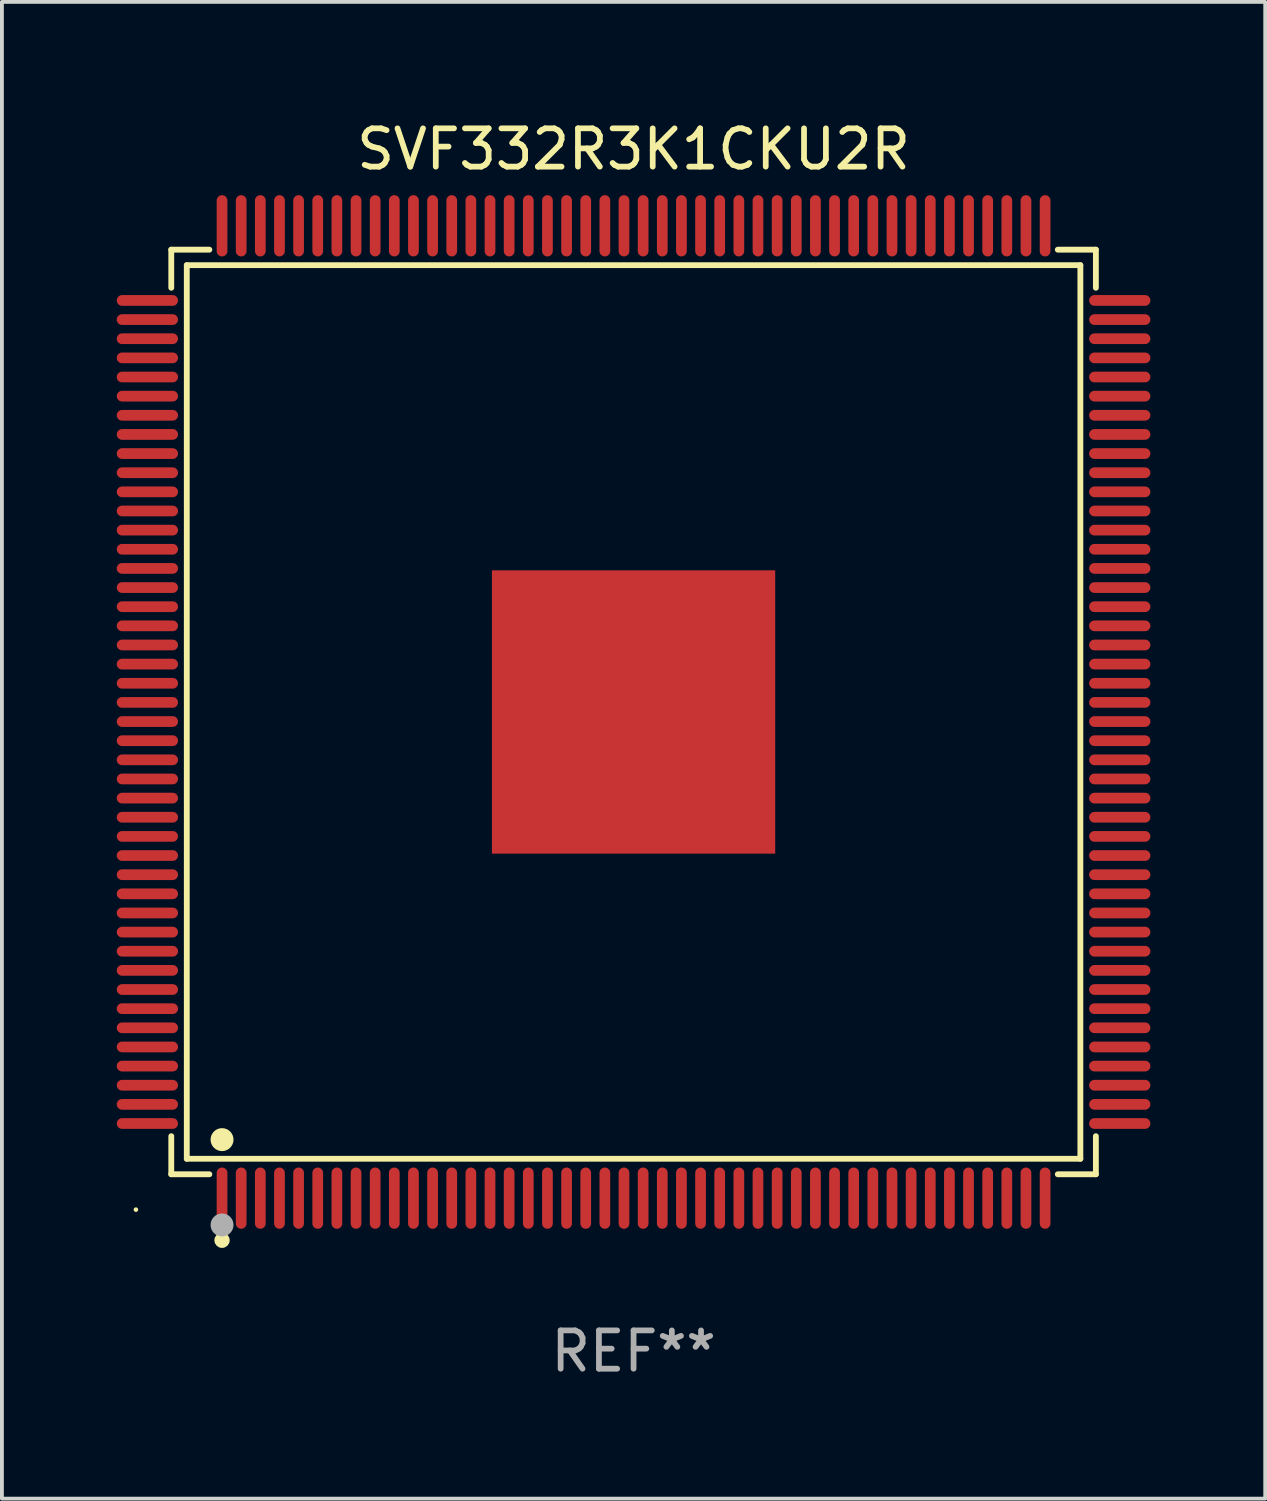
<source format=kicad_pcb>
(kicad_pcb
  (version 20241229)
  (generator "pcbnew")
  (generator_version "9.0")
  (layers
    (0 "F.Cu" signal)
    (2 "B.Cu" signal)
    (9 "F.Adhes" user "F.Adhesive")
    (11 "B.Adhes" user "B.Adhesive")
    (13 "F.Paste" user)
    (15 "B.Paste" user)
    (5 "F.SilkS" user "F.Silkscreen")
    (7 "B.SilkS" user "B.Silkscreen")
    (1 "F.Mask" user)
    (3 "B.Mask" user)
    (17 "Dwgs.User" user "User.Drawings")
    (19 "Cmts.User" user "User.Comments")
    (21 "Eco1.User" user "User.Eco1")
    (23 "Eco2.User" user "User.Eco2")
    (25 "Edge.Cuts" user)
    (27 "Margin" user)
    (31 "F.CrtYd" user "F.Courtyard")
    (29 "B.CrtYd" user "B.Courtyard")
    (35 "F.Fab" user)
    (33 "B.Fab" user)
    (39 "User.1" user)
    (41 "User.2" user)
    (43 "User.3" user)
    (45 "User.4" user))
  (footprint "SVF332R3K1CKU2R"
    (layer "F.Cu")
    (at 13.5 15.548)
    (property "Reference" "SVF332R3K1CKU2R" (at 0 -14.7 0) (layer "F.SilkS") (effects (font (size 1 1) (thickness 0.15))))
    (attr through_hole)
    (fp_line (start -12.076 -12.076) (end -11.081 -12.076) (stroke (width 0.152) (type solid)) (layer "F.SilkS"))
    (fp_line (start -12.076 -11.081) (end -12.076 -12.076) (stroke (width 0.152) (type solid)) (layer "F.SilkS"))
    (fp_line (start -12.076 11.081) (end -12.076 12.076) (stroke (width 0.152) (type solid)) (layer "F.SilkS"))
    (fp_line (start -12.076 12.076) (end -11.081 12.076) (stroke (width 0.152) (type solid)) (layer "F.SilkS"))
    (fp_line (start -11.671 -11.671) (end 11.671 -11.671) (stroke (width 0.152) (type solid)) (layer "F.SilkS"))
    (fp_line (start -11.671 11.671) (end -11.671 -11.671) (stroke (width 0.152) (type solid)) (layer "F.SilkS"))
    (fp_line (start 11.671 -11.671) (end 11.671 11.671) (stroke (width 0.152) (type solid)) (layer "F.SilkS"))
    (fp_line (start 11.671 11.671) (end -11.671 11.671) (stroke (width 0.152) (type solid)) (layer "F.SilkS"))
    (fp_line (start 12.076 -12.076) (end 11.081 -12.076) (stroke (width 0.152) (type solid)) (layer "F.SilkS"))
    (fp_line (start 12.076 -11.081) (end 12.076 -12.076) (stroke (width 0.152) (type solid)) (layer "F.SilkS"))
    (fp_line (start 12.076 11.081) (end 12.076 12.076) (stroke (width 0.152) (type solid)) (layer "F.SilkS"))
    (fp_line (start 12.076 12.076) (end 11.081 12.076) (stroke (width 0.152) (type solid)) (layer "F.SilkS"))
    (fp_circle (center -13 13) (end -12.97 13) (stroke (width 0.06) (type solid)) (fill no) (layer "F.SilkS"))
    (fp_circle (center -10.75 11.171) (end -10.6 11.171) (stroke (width 0.3) (type solid)) (fill no) (layer "F.SilkS"))
    (fp_circle (center -10.75 13.8) (end -10.65 13.8) (stroke (width 0.2) (type solid)) (fill no) (layer "F.SilkS"))
    (fp_circle (center -10.75 13.4) (end -10.6 13.4) (stroke (width 0.3) (type solid)) (fill no) (layer "F.Fab"))
    (fp_text user "REF**" (at 0 16.7 0) (layer "F.Fab") (effects (font (size 1 1) (thickness 0.15))))
    (pad "1" smd oval (at -10.75 12.7) (size 0.28 1.6) (layers "F.Cu" "F.Mask" "F.Paste"))
    (pad "2" smd oval (at -10.25 12.7) (size 0.28 1.6) (layers "F.Cu" "F.Mask" "F.Paste"))
    (pad "3" smd oval (at -9.75 12.7) (size 0.28 1.6) (layers "F.Cu" "F.Mask" "F.Paste"))
    (pad "4" smd oval (at -9.25 12.7) (size 0.28 1.6) (layers "F.Cu" "F.Mask" "F.Paste"))
    (pad "5" smd oval (at -8.75 12.7) (size 0.28 1.6) (layers "F.Cu" "F.Mask" "F.Paste"))
    (pad "6" smd oval (at -8.25 12.7) (size 0.28 1.6) (layers "F.Cu" "F.Mask" "F.Paste"))
    (pad "7" smd oval (at -7.75 12.7) (size 0.28 1.6) (layers "F.Cu" "F.Mask" "F.Paste"))
    (pad "8" smd oval (at -7.25 12.7) (size 0.28 1.6) (layers "F.Cu" "F.Mask" "F.Paste"))
    (pad "9" smd oval (at -6.75 12.7) (size 0.28 1.6) (layers "F.Cu" "F.Mask" "F.Paste"))
    (pad "10" smd oval (at -6.25 12.7) (size 0.28 1.6) (layers "F.Cu" "F.Mask" "F.Paste"))
    (pad "11" smd oval (at -5.75 12.7) (size 0.28 1.6) (layers "F.Cu" "F.Mask" "F.Paste"))
    (pad "12" smd oval (at -5.25 12.7) (size 0.28 1.6) (layers "F.Cu" "F.Mask" "F.Paste"))
    (pad "13" smd oval (at -4.75 12.7) (size 0.28 1.6) (layers "F.Cu" "F.Mask" "F.Paste"))
    (pad "14" smd oval (at -4.25 12.7) (size 0.28 1.6) (layers "F.Cu" "F.Mask" "F.Paste"))
    (pad "15" smd oval (at -3.75 12.7) (size 0.28 1.6) (layers "F.Cu" "F.Mask" "F.Paste"))
    (pad "16" smd oval (at -3.25 12.7) (size 0.28 1.6) (layers "F.Cu" "F.Mask" "F.Paste"))
    (pad "17" smd oval (at -2.75 12.7) (size 0.28 1.6) (layers "F.Cu" "F.Mask" "F.Paste"))
    (pad "18" smd oval (at -2.25 12.7) (size 0.28 1.6) (layers "F.Cu" "F.Mask" "F.Paste"))
    (pad "19" smd oval (at -1.75 12.7) (size 0.28 1.6) (layers "F.Cu" "F.Mask" "F.Paste"))
    (pad "20" smd oval (at -1.25 12.7) (size 0.28 1.6) (layers "F.Cu" "F.Mask" "F.Paste"))
    (pad "21" smd oval (at -0.75 12.7) (size 0.28 1.6) (layers "F.Cu" "F.Mask" "F.Paste"))
    (pad "22" smd oval (at -0.25 12.7) (size 0.28 1.6) (layers "F.Cu" "F.Mask" "F.Paste"))
    (pad "23" smd oval (at 0.25 12.7) (size 0.28 1.6) (layers "F.Cu" "F.Mask" "F.Paste"))
    (pad "24" smd oval (at 0.75 12.7) (size 0.28 1.6) (layers "F.Cu" "F.Mask" "F.Paste"))
    (pad "25" smd oval (at 1.25 12.7) (size 0.28 1.6) (layers "F.Cu" "F.Mask" "F.Paste"))
    (pad "26" smd oval (at 1.75 12.7) (size 0.28 1.6) (layers "F.Cu" "F.Mask" "F.Paste"))
    (pad "27" smd oval (at 2.25 12.7) (size 0.28 1.6) (layers "F.Cu" "F.Mask" "F.Paste"))
    (pad "28" smd oval (at 2.75 12.7) (size 0.28 1.6) (layers "F.Cu" "F.Mask" "F.Paste"))
    (pad "29" smd oval (at 3.25 12.7) (size 0.28 1.6) (layers "F.Cu" "F.Mask" "F.Paste"))
    (pad "30" smd oval (at 3.75 12.7) (size 0.28 1.6) (layers "F.Cu" "F.Mask" "F.Paste"))
    (pad "31" smd oval (at 4.25 12.7) (size 0.28 1.6) (layers "F.Cu" "F.Mask" "F.Paste"))
    (pad "32" smd oval (at 4.75 12.7) (size 0.28 1.6) (layers "F.Cu" "F.Mask" "F.Paste"))
    (pad "33" smd oval (at 5.25 12.7) (size 0.28 1.6) (layers "F.Cu" "F.Mask" "F.Paste"))
    (pad "34" smd oval (at 5.75 12.7) (size 0.28 1.6) (layers "F.Cu" "F.Mask" "F.Paste"))
    (pad "35" smd oval (at 6.25 12.7) (size 0.28 1.6) (layers "F.Cu" "F.Mask" "F.Paste"))
    (pad "36" smd oval (at 6.75 12.7) (size 0.28 1.6) (layers "F.Cu" "F.Mask" "F.Paste"))
    (pad "37" smd oval (at 7.25 12.7) (size 0.28 1.6) (layers "F.Cu" "F.Mask" "F.Paste"))
    (pad "38" smd oval (at 7.75 12.7) (size 0.28 1.6) (layers "F.Cu" "F.Mask" "F.Paste"))
    (pad "39" smd oval (at 8.25 12.7) (size 0.28 1.6) (layers "F.Cu" "F.Mask" "F.Paste"))
    (pad "40" smd oval (at 8.75 12.7) (size 0.28 1.6) (layers "F.Cu" "F.Mask" "F.Paste"))
    (pad "41" smd oval (at 9.25 12.7) (size 0.28 1.6) (layers "F.Cu" "F.Mask" "F.Paste"))
    (pad "42" smd oval (at 9.75 12.7) (size 0.28 1.6) (layers "F.Cu" "F.Mask" "F.Paste"))
    (pad "43" smd oval (at 10.25 12.7) (size 0.28 1.6) (layers "F.Cu" "F.Mask" "F.Paste"))
    (pad "44" smd oval (at 10.75 12.7) (size 0.28 1.6) (layers "F.Cu" "F.Mask" "F.Paste"))
    (pad "45" smd oval (at 12.7 10.75) (size 1.6 0.28) (layers "F.Cu" "F.Mask" "F.Paste"))
    (pad "46" smd oval (at 12.7 10.25) (size 1.6 0.28) (layers "F.Cu" "F.Mask" "F.Paste"))
    (pad "47" smd oval (at 12.7 9.75) (size 1.6 0.28) (layers "F.Cu" "F.Mask" "F.Paste"))
    (pad "48" smd oval (at 12.7 9.25) (size 1.6 0.28) (layers "F.Cu" "F.Mask" "F.Paste"))
    (pad "49" smd oval (at 12.7 8.75) (size 1.6 0.28) (layers "F.Cu" "F.Mask" "F.Paste"))
    (pad "50" smd oval (at 12.7 8.25) (size 1.6 0.28) (layers "F.Cu" "F.Mask" "F.Paste"))
    (pad "51" smd oval (at 12.7 7.75) (size 1.6 0.28) (layers "F.Cu" "F.Mask" "F.Paste"))
    (pad "52" smd oval (at 12.7 7.25) (size 1.6 0.28) (layers "F.Cu" "F.Mask" "F.Paste"))
    (pad "53" smd oval (at 12.7 6.75) (size 1.6 0.28) (layers "F.Cu" "F.Mask" "F.Paste"))
    (pad "54" smd oval (at 12.7 6.25) (size 1.6 0.28) (layers "F.Cu" "F.Mask" "F.Paste"))
    (pad "55" smd oval (at 12.7 5.75) (size 1.6 0.28) (layers "F.Cu" "F.Mask" "F.Paste"))
    (pad "56" smd oval (at 12.7 5.25) (size 1.6 0.28) (layers "F.Cu" "F.Mask" "F.Paste"))
    (pad "57" smd oval (at 12.7 4.75) (size 1.6 0.28) (layers "F.Cu" "F.Mask" "F.Paste"))
    (pad "58" smd oval (at 12.7 4.25) (size 1.6 0.28) (layers "F.Cu" "F.Mask" "F.Paste"))
    (pad "59" smd oval (at 12.7 3.75) (size 1.6 0.28) (layers "F.Cu" "F.Mask" "F.Paste"))
    (pad "60" smd oval (at 12.7 3.25) (size 1.6 0.28) (layers "F.Cu" "F.Mask" "F.Paste"))
    (pad "61" smd oval (at 12.7 2.75) (size 1.6 0.28) (layers "F.Cu" "F.Mask" "F.Paste"))
    (pad "62" smd oval (at 12.7 2.25) (size 1.6 0.28) (layers "F.Cu" "F.Mask" "F.Paste"))
    (pad "63" smd oval (at 12.7 1.75) (size 1.6 0.28) (layers "F.Cu" "F.Mask" "F.Paste"))
    (pad "64" smd oval (at 12.7 1.25) (size 1.6 0.28) (layers "F.Cu" "F.Mask" "F.Paste"))
    (pad "65" smd oval (at 12.7 0.75) (size 1.6 0.28) (layers "F.Cu" "F.Mask" "F.Paste"))
    (pad "66" smd oval (at 12.7 0.25) (size 1.6 0.28) (layers "F.Cu" "F.Mask" "F.Paste"))
    (pad "67" smd oval (at 12.7 -0.25) (size 1.6 0.28) (layers "F.Cu" "F.Mask" "F.Paste"))
    (pad "68" smd oval (at 12.7 -0.75) (size 1.6 0.28) (layers "F.Cu" "F.Mask" "F.Paste"))
    (pad "69" smd oval (at 12.7 -1.25) (size 1.6 0.28) (layers "F.Cu" "F.Mask" "F.Paste"))
    (pad "70" smd oval (at 12.7 -1.75) (size 1.6 0.28) (layers "F.Cu" "F.Mask" "F.Paste"))
    (pad "71" smd oval (at 12.7 -2.25) (size 1.6 0.28) (layers "F.Cu" "F.Mask" "F.Paste"))
    (pad "72" smd oval (at 12.7 -2.75) (size 1.6 0.28) (layers "F.Cu" "F.Mask" "F.Paste"))
    (pad "73" smd oval (at 12.7 -3.25) (size 1.6 0.28) (layers "F.Cu" "F.Mask" "F.Paste"))
    (pad "74" smd oval (at 12.7 -3.75) (size 1.6 0.28) (layers "F.Cu" "F.Mask" "F.Paste"))
    (pad "75" smd oval (at 12.7 -4.25) (size 1.6 0.28) (layers "F.Cu" "F.Mask" "F.Paste"))
    (pad "76" smd oval (at 12.7 -4.75) (size 1.6 0.28) (layers "F.Cu" "F.Mask" "F.Paste"))
    (pad "77" smd oval (at 12.7 -5.25) (size 1.6 0.28) (layers "F.Cu" "F.Mask" "F.Paste"))
    (pad "78" smd oval (at 12.7 -5.75) (size 1.6 0.28) (layers "F.Cu" "F.Mask" "F.Paste"))
    (pad "79" smd oval (at 12.7 -6.25) (size 1.6 0.28) (layers "F.Cu" "F.Mask" "F.Paste"))
    (pad "80" smd oval (at 12.7 -6.75) (size 1.6 0.28) (layers "F.Cu" "F.Mask" "F.Paste"))
    (pad "81" smd oval (at 12.7 -7.25) (size 1.6 0.28) (layers "F.Cu" "F.Mask" "F.Paste"))
    (pad "82" smd oval (at 12.7 -7.75) (size 1.6 0.28) (layers "F.Cu" "F.Mask" "F.Paste"))
    (pad "83" smd oval (at 12.7 -8.25) (size 1.6 0.28) (layers "F.Cu" "F.Mask" "F.Paste"))
    (pad "84" smd oval (at 12.7 -8.75) (size 1.6 0.28) (layers "F.Cu" "F.Mask" "F.Paste"))
    (pad "85" smd oval (at 12.7 -9.25) (size 1.6 0.28) (layers "F.Cu" "F.Mask" "F.Paste"))
    (pad "86" smd oval (at 12.7 -9.75) (size 1.6 0.28) (layers "F.Cu" "F.Mask" "F.Paste"))
    (pad "87" smd oval (at 12.7 -10.25) (size 1.6 0.28) (layers "F.Cu" "F.Mask" "F.Paste"))
    (pad "88" smd oval (at 12.7 -10.75) (size 1.6 0.28) (layers "F.Cu" "F.Mask" "F.Paste"))
    (pad "89" smd oval (at 10.75 -12.7) (size 0.28 1.6) (layers "F.Cu" "F.Mask" "F.Paste"))
    (pad "90" smd oval (at 10.25 -12.7) (size 0.28 1.6) (layers "F.Cu" "F.Mask" "F.Paste"))
    (pad "91" smd oval (at 9.75 -12.7) (size 0.28 1.6) (layers "F.Cu" "F.Mask" "F.Paste"))
    (pad "92" smd oval (at 9.25 -12.7) (size 0.28 1.6) (layers "F.Cu" "F.Mask" "F.Paste"))
    (pad "93" smd oval (at 8.75 -12.7) (size 0.28 1.6) (layers "F.Cu" "F.Mask" "F.Paste"))
    (pad "94" smd oval (at 8.25 -12.7) (size 0.28 1.6) (layers "F.Cu" "F.Mask" "F.Paste"))
    (pad "95" smd oval (at 7.75 -12.7) (size 0.28 1.6) (layers "F.Cu" "F.Mask" "F.Paste"))
    (pad "96" smd oval (at 7.25 -12.7) (size 0.28 1.6) (layers "F.Cu" "F.Mask" "F.Paste"))
    (pad "97" smd oval (at 6.75 -12.7) (size 0.28 1.6) (layers "F.Cu" "F.Mask" "F.Paste"))
    (pad "98" smd oval (at 6.25 -12.7) (size 0.28 1.6) (layers "F.Cu" "F.Mask" "F.Paste"))
    (pad "99" smd oval (at 5.75 -12.7) (size 0.28 1.6) (layers "F.Cu" "F.Mask" "F.Paste"))
    (pad "100" smd oval (at 5.25 -12.7) (size 0.28 1.6) (layers "F.Cu" "F.Mask" "F.Paste"))
    (pad "101" smd oval (at 4.75 -12.7) (size 0.28 1.6) (layers "F.Cu" "F.Mask" "F.Paste"))
    (pad "102" smd oval (at 4.25 -12.7) (size 0.28 1.6) (layers "F.Cu" "F.Mask" "F.Paste"))
    (pad "103" smd oval (at 3.75 -12.7) (size 0.28 1.6) (layers "F.Cu" "F.Mask" "F.Paste"))
    (pad "104" smd oval (at 3.25 -12.7) (size 0.28 1.6) (layers "F.Cu" "F.Mask" "F.Paste"))
    (pad "105" smd oval (at 2.75 -12.7) (size 0.28 1.6) (layers "F.Cu" "F.Mask" "F.Paste"))
    (pad "106" smd oval (at 2.25 -12.7) (size 0.28 1.6) (layers "F.Cu" "F.Mask" "F.Paste"))
    (pad "107" smd oval (at 1.75 -12.7) (size 0.28 1.6) (layers "F.Cu" "F.Mask" "F.Paste"))
    (pad "108" smd oval (at 1.25 -12.7) (size 0.28 1.6) (layers "F.Cu" "F.Mask" "F.Paste"))
    (pad "109" smd oval (at 0.75 -12.7) (size 0.28 1.6) (layers "F.Cu" "F.Mask" "F.Paste"))
    (pad "110" smd oval (at 0.25 -12.7) (size 0.28 1.6) (layers "F.Cu" "F.Mask" "F.Paste"))
    (pad "111" smd oval (at -0.25 -12.7) (size 0.28 1.6) (layers "F.Cu" "F.Mask" "F.Paste"))
    (pad "112" smd oval (at -0.75 -12.7) (size 0.28 1.6) (layers "F.Cu" "F.Mask" "F.Paste"))
    (pad "113" smd oval (at -1.25 -12.7) (size 0.28 1.6) (layers "F.Cu" "F.Mask" "F.Paste"))
    (pad "114" smd oval (at -1.75 -12.7) (size 0.28 1.6) (layers "F.Cu" "F.Mask" "F.Paste"))
    (pad "115" smd oval (at -2.25 -12.7) (size 0.28 1.6) (layers "F.Cu" "F.Mask" "F.Paste"))
    (pad "116" smd oval (at -2.75 -12.7) (size 0.28 1.6) (layers "F.Cu" "F.Mask" "F.Paste"))
    (pad "117" smd oval (at -3.25 -12.7) (size 0.28 1.6) (layers "F.Cu" "F.Mask" "F.Paste"))
    (pad "118" smd oval (at -3.75 -12.7) (size 0.28 1.6) (layers "F.Cu" "F.Mask" "F.Paste"))
    (pad "119" smd oval (at -4.25 -12.7) (size 0.28 1.6) (layers "F.Cu" "F.Mask" "F.Paste"))
    (pad "120" smd oval (at -4.75 -12.7) (size 0.28 1.6) (layers "F.Cu" "F.Mask" "F.Paste"))
    (pad "121" smd oval (at -5.25 -12.7) (size 0.28 1.6) (layers "F.Cu" "F.Mask" "F.Paste"))
    (pad "122" smd oval (at -5.75 -12.7) (size 0.28 1.6) (layers "F.Cu" "F.Mask" "F.Paste"))
    (pad "123" smd oval (at -6.25 -12.7) (size 0.28 1.6) (layers "F.Cu" "F.Mask" "F.Paste"))
    (pad "124" smd oval (at -6.75 -12.7) (size 0.28 1.6) (layers "F.Cu" "F.Mask" "F.Paste"))
    (pad "125" smd oval (at -7.25 -12.7) (size 0.28 1.6) (layers "F.Cu" "F.Mask" "F.Paste"))
    (pad "126" smd oval (at -7.75 -12.7) (size 0.28 1.6) (layers "F.Cu" "F.Mask" "F.Paste"))
    (pad "127" smd oval (at -8.25 -12.7) (size 0.28 1.6) (layers "F.Cu" "F.Mask" "F.Paste"))
    (pad "128" smd oval (at -8.75 -12.7) (size 0.28 1.6) (layers "F.Cu" "F.Mask" "F.Paste"))
    (pad "129" smd oval (at -9.25 -12.7) (size 0.28 1.6) (layers "F.Cu" "F.Mask" "F.Paste"))
    (pad "130" smd oval (at -9.75 -12.7) (size 0.28 1.6) (layers "F.Cu" "F.Mask" "F.Paste"))
    (pad "131" smd oval (at -10.25 -12.7) (size 0.28 1.6) (layers "F.Cu" "F.Mask" "F.Paste"))
    (pad "132" smd oval (at -10.75 -12.7) (size 0.28 1.6) (layers "F.Cu" "F.Mask" "F.Paste"))
    (pad "133" smd oval (at -12.7 -10.75) (size 1.6 0.28) (layers "F.Cu" "F.Mask" "F.Paste"))
    (pad "134" smd oval (at -12.7 -10.25) (size 1.6 0.28) (layers "F.Cu" "F.Mask" "F.Paste"))
    (pad "135" smd oval (at -12.7 -9.75) (size 1.6 0.28) (layers "F.Cu" "F.Mask" "F.Paste"))
    (pad "136" smd oval (at -12.7 -9.25) (size 1.6 0.28) (layers "F.Cu" "F.Mask" "F.Paste"))
    (pad "137" smd oval (at -12.7 -8.75) (size 1.6 0.28) (layers "F.Cu" "F.Mask" "F.Paste"))
    (pad "138" smd oval (at -12.7 -8.25) (size 1.6 0.28) (layers "F.Cu" "F.Mask" "F.Paste"))
    (pad "139" smd oval (at -12.7 -7.75) (size 1.6 0.28) (layers "F.Cu" "F.Mask" "F.Paste"))
    (pad "140" smd oval (at -12.7 -7.25) (size 1.6 0.28) (layers "F.Cu" "F.Mask" "F.Paste"))
    (pad "141" smd oval (at -12.7 -6.75) (size 1.6 0.28) (layers "F.Cu" "F.Mask" "F.Paste"))
    (pad "142" smd oval (at -12.7 -6.25) (size 1.6 0.28) (layers "F.Cu" "F.Mask" "F.Paste"))
    (pad "143" smd oval (at -12.7 -5.75) (size 1.6 0.28) (layers "F.Cu" "F.Mask" "F.Paste"))
    (pad "144" smd oval (at -12.7 -5.25) (size 1.6 0.28) (layers "F.Cu" "F.Mask" "F.Paste"))
    (pad "145" smd oval (at -12.7 -4.75) (size 1.6 0.28) (layers "F.Cu" "F.Mask" "F.Paste"))
    (pad "146" smd oval (at -12.7 -4.25) (size 1.6 0.28) (layers "F.Cu" "F.Mask" "F.Paste"))
    (pad "147" smd oval (at -12.7 -3.75) (size 1.6 0.28) (layers "F.Cu" "F.Mask" "F.Paste"))
    (pad "148" smd oval (at -12.7 -3.25) (size 1.6 0.28) (layers "F.Cu" "F.Mask" "F.Paste"))
    (pad "149" smd oval (at -12.7 -2.75) (size 1.6 0.28) (layers "F.Cu" "F.Mask" "F.Paste"))
    (pad "150" smd oval (at -12.7 -2.25) (size 1.6 0.28) (layers "F.Cu" "F.Mask" "F.Paste"))
    (pad "151" smd oval (at -12.7 -1.75) (size 1.6 0.28) (layers "F.Cu" "F.Mask" "F.Paste"))
    (pad "152" smd oval (at -12.7 -1.25) (size 1.6 0.28) (layers "F.Cu" "F.Mask" "F.Paste"))
    (pad "153" smd oval (at -12.7 -0.75) (size 1.6 0.28) (layers "F.Cu" "F.Mask" "F.Paste"))
    (pad "154" smd oval (at -12.7 -0.25) (size 1.6 0.28) (layers "F.Cu" "F.Mask" "F.Paste"))
    (pad "155" smd oval (at -12.7 0.25) (size 1.6 0.28) (layers "F.Cu" "F.Mask" "F.Paste"))
    (pad "156" smd oval (at -12.7 0.75) (size 1.6 0.28) (layers "F.Cu" "F.Mask" "F.Paste"))
    (pad "157" smd oval (at -12.7 1.25) (size 1.6 0.28) (layers "F.Cu" "F.Mask" "F.Paste"))
    (pad "158" smd oval (at -12.7 1.75) (size 1.6 0.28) (layers "F.Cu" "F.Mask" "F.Paste"))
    (pad "159" smd oval (at -12.7 2.25) (size 1.6 0.28) (layers "F.Cu" "F.Mask" "F.Paste"))
    (pad "160" smd oval (at -12.7 2.75) (size 1.6 0.28) (layers "F.Cu" "F.Mask" "F.Paste"))
    (pad "161" smd oval (at -12.7 3.25) (size 1.6 0.28) (layers "F.Cu" "F.Mask" "F.Paste"))
    (pad "162" smd oval (at -12.7 3.75) (size 1.6 0.28) (layers "F.Cu" "F.Mask" "F.Paste"))
    (pad "163" smd oval (at -12.7 4.25) (size 1.6 0.28) (layers "F.Cu" "F.Mask" "F.Paste"))
    (pad "164" smd oval (at -12.7 4.75) (size 1.6 0.28) (layers "F.Cu" "F.Mask" "F.Paste"))
    (pad "165" smd oval (at -12.7 5.25) (size 1.6 0.28) (layers "F.Cu" "F.Mask" "F.Paste"))
    (pad "166" smd oval (at -12.7 5.75) (size 1.6 0.28) (layers "F.Cu" "F.Mask" "F.Paste"))
    (pad "167" smd oval (at -12.7 6.25) (size 1.6 0.28) (layers "F.Cu" "F.Mask" "F.Paste"))
    (pad "168" smd oval (at -12.7 6.75) (size 1.6 0.28) (layers "F.Cu" "F.Mask" "F.Paste"))
    (pad "169" smd oval (at -12.7 7.25) (size 1.6 0.28) (layers "F.Cu" "F.Mask" "F.Paste"))
    (pad "170" smd oval (at -12.7 7.75) (size 1.6 0.28) (layers "F.Cu" "F.Mask" "F.Paste"))
    (pad "171" smd oval (at -12.7 8.25) (size 1.6 0.28) (layers "F.Cu" "F.Mask" "F.Paste"))
    (pad "172" smd oval (at -12.7 8.75) (size 1.6 0.28) (layers "F.Cu" "F.Mask" "F.Paste"))
    (pad "173" smd oval (at -12.7 9.25) (size 1.6 0.28) (layers "F.Cu" "F.Mask" "F.Paste"))
    (pad "174" smd oval (at -12.7 9.75) (size 1.6 0.28) (layers "F.Cu" "F.Mask" "F.Paste"))
    (pad "175" smd oval (at -12.7 10.25) (size 1.6 0.28) (layers "F.Cu" "F.Mask" "F.Paste"))
    (pad "176" smd oval (at -12.7 10.75) (size 1.6 0.28) (layers "F.Cu" "F.Mask" "F.Paste"))
    (pad "177" smd rect (at 0 0) (size 7.4 7.4) (layers "F.Cu" "F.Mask" "F.Paste")))
  (gr_rect
    (start -3 -3)
    (end 30 36.097)
    (stroke (width 0.1) (type default))
    (fill no)
    (layer "Edge.Cuts")))
</source>
